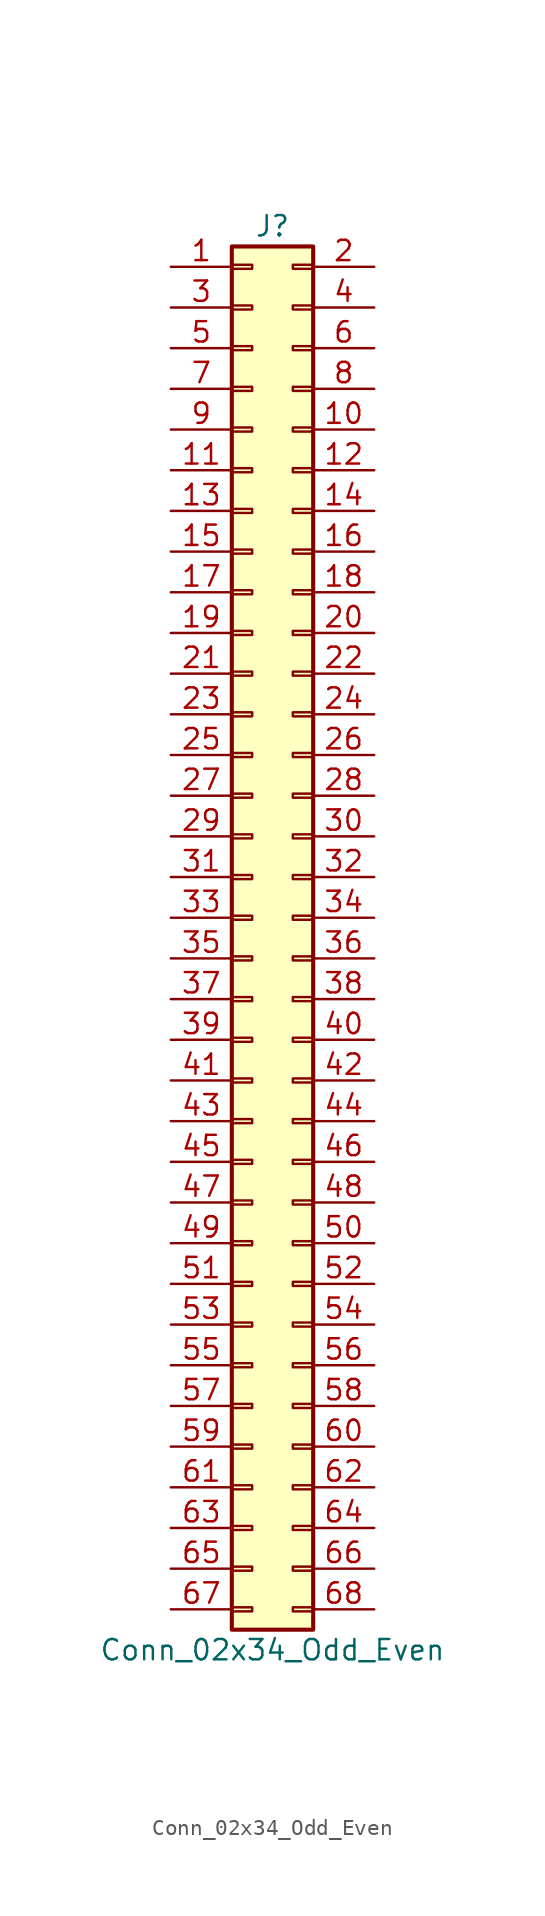
<source format=kicad_sym>
(kicad_symbol_lib
  (version 20211014)
  (generator kicad_symbol_editor)
  (symbol "Conn_02x34_Odd_Even"
    (pin_names
      (offset 1.016) hide)
    (property "Reference" "J"
      (at 1.27 43.18 0)
      (effects (font (size 1.27 1.27))))
    (property "Value" "Conn_02x34_Odd_Even"
      (at 1.27 -45.72 0)
      (effects (font (size 1.27 1.27))))
    (symbol "Conn_02x34_Odd_Even_1_1"
      (rectangle (start -1.27 -43.053) (end 0 -43.307) (stroke (width 0.152) (type default) (color 0 0 0 0)) (fill (type none)))
      (rectangle (start -1.27 -40.513) (end 0 -40.767) (stroke (width 0.152) (type default) (color 0 0 0 0)) (fill (type none)))
      (rectangle (start -1.27 -37.973) (end 0 -38.227) (stroke (width 0.152) (type default) (color 0 0 0 0)) (fill (type none)))
      (rectangle (start -1.27 -35.433) (end 0 -35.687) (stroke (width 0.152) (type default) (color 0 0 0 0)) (fill (type none)))
      (rectangle (start -1.27 -32.893) (end 0 -33.147) (stroke (width 0.152) (type default) (color 0 0 0 0)) (fill (type none)))
      (rectangle (start -1.27 -30.353) (end 0 -30.607) (stroke (width 0.152) (type default) (color 0 0 0 0)) (fill (type none)))
      (rectangle (start -1.27 -27.813) (end 0 -28.067) (stroke (width 0.152) (type default) (color 0 0 0 0)) (fill (type none)))
      (rectangle (start -1.27 -25.273) (end 0 -25.527) (stroke (width 0.152) (type default) (color 0 0 0 0)) (fill (type none)))
      (rectangle (start -1.27 -22.733) (end 0 -22.987) (stroke (width 0.152) (type default) (color 0 0 0 0)) (fill (type none)))
      (rectangle (start -1.27 -20.193) (end 0 -20.447) (stroke (width 0.152) (type default) (color 0 0 0 0)) (fill (type none)))
      (rectangle (start -1.27 -17.653) (end 0 -17.907) (stroke (width 0.152) (type default) (color 0 0 0 0)) (fill (type none)))
      (rectangle (start -1.27 -15.113) (end 0 -15.367) (stroke (width 0.152) (type default) (color 0 0 0 0)) (fill (type none)))
      (rectangle (start -1.27 -12.573) (end 0 -12.827) (stroke (width 0.152) (type default) (color 0 0 0 0)) (fill (type none)))
      (rectangle (start -1.27 -10.033) (end 0 -10.287) (stroke (width 0.152) (type default) (color 0 0 0 0)) (fill (type none)))
      (rectangle (start -1.27 -7.493) (end 0 -7.747) (stroke (width 0.152) (type default) (color 0 0 0 0)) (fill (type none)))
      (rectangle (start -1.27 -4.953) (end 0 -5.207) (stroke (width 0.152) (type default) (color 0 0 0 0)) (fill (type none)))
      (rectangle (start -1.27 -2.413) (end 0 -2.667) (stroke (width 0.152) (type default) (color 0 0 0 0)) (fill (type none)))
      (rectangle (start -1.27 0.127) (end 0 -0.127) (stroke (width 0.152) (type default) (color 0 0 0 0)) (fill (type none)))
      (rectangle (start -1.27 2.667) (end 0 2.413) (stroke (width 0.152) (type default) (color 0 0 0 0)) (fill (type none)))
      (rectangle (start -1.27 5.207) (end 0 4.953) (stroke (width 0.152) (type default) (color 0 0 0 0)) (fill (type none)))
      (rectangle (start -1.27 7.747) (end 0 7.493) (stroke (width 0.152) (type default) (color 0 0 0 0)) (fill (type none)))
      (rectangle (start -1.27 10.287) (end 0 10.033) (stroke (width 0.152) (type default) (color 0 0 0 0)) (fill (type none)))
      (rectangle (start -1.27 12.827) (end 0 12.573) (stroke (width 0.152) (type default) (color 0 0 0 0)) (fill (type none)))
      (rectangle (start -1.27 15.367) (end 0 15.113) (stroke (width 0.152) (type default) (color 0 0 0 0)) (fill (type none)))
      (rectangle (start -1.27 17.907) (end 0 17.653) (stroke (width 0.152) (type default) (color 0 0 0 0)) (fill (type none)))
      (rectangle (start -1.27 20.447) (end 0 20.193) (stroke (width 0.152) (type default) (color 0 0 0 0)) (fill (type none)))
      (rectangle (start -1.27 22.987) (end 0 22.733) (stroke (width 0.152) (type default) (color 0 0 0 0)) (fill (type none)))
      (rectangle (start -1.27 25.527) (end 0 25.273) (stroke (width 0.152) (type default) (color 0 0 0 0)) (fill (type none)))
      (rectangle (start -1.27 28.067) (end 0 27.813) (stroke (width 0.152) (type default) (color 0 0 0 0)) (fill (type none)))
      (rectangle (start -1.27 30.607) (end 0 30.353) (stroke (width 0.152) (type default) (color 0 0 0 0)) (fill (type none)))
      (rectangle (start -1.27 33.147) (end 0 32.893) (stroke (width 0.152) (type default) (color 0 0 0 0)) (fill (type none)))
      (rectangle (start -1.27 35.687) (end 0 35.433) (stroke (width 0.152) (type default) (color 0 0 0 0)) (fill (type none)))
      (rectangle (start -1.27 38.227) (end 0 37.973) (stroke (width 0.152) (type default) (color 0 0 0 0)) (fill (type none)))
      (rectangle (start -1.27 40.767) (end 0 40.513) (stroke (width 0.152) (type default) (color 0 0 0 0)) (fill (type none)))
      (rectangle (start -1.27 41.91) (end 3.81 -44.45) (stroke (width 0.254) (type default) (color 0 0 0 0)) (fill (type background)))
      (rectangle (start 3.81 -43.053) (end 2.54 -43.307) (stroke (width 0.152) (type default) (color 0 0 0 0)) (fill (type none)))
      (rectangle (start 3.81 -40.513) (end 2.54 -40.767) (stroke (width 0.152) (type default) (color 0 0 0 0)) (fill (type none)))
      (rectangle (start 3.81 -37.973) (end 2.54 -38.227) (stroke (width 0.152) (type default) (color 0 0 0 0)) (fill (type none)))
      (rectangle (start 3.81 -35.433) (end 2.54 -35.687) (stroke (width 0.152) (type default) (color 0 0 0 0)) (fill (type none)))
      (rectangle (start 3.81 -32.893) (end 2.54 -33.147) (stroke (width 0.152) (type default) (color 0 0 0 0)) (fill (type none)))
      (rectangle (start 3.81 -30.353) (end 2.54 -30.607) (stroke (width 0.152) (type default) (color 0 0 0 0)) (fill (type none)))
      (rectangle (start 3.81 -27.813) (end 2.54 -28.067) (stroke (width 0.152) (type default) (color 0 0 0 0)) (fill (type none)))
      (rectangle (start 3.81 -25.273) (end 2.54 -25.527) (stroke (width 0.152) (type default) (color 0 0 0 0)) (fill (type none)))
      (rectangle (start 3.81 -22.733) (end 2.54 -22.987) (stroke (width 0.152) (type default) (color 0 0 0 0)) (fill (type none)))
      (rectangle (start 3.81 -20.193) (end 2.54 -20.447) (stroke (width 0.152) (type default) (color 0 0 0 0)) (fill (type none)))
      (rectangle (start 3.81 -17.653) (end 2.54 -17.907) (stroke (width 0.152) (type default) (color 0 0 0 0)) (fill (type none)))
      (rectangle (start 3.81 -15.113) (end 2.54 -15.367) (stroke (width 0.152) (type default) (color 0 0 0 0)) (fill (type none)))
      (rectangle (start 3.81 -12.573) (end 2.54 -12.827) (stroke (width 0.152) (type default) (color 0 0 0 0)) (fill (type none)))
      (rectangle (start 3.81 -10.033) (end 2.54 -10.287) (stroke (width 0.152) (type default) (color 0 0 0 0)) (fill (type none)))
      (rectangle (start 3.81 -7.493) (end 2.54 -7.747) (stroke (width 0.152) (type default) (color 0 0 0 0)) (fill (type none)))
      (rectangle (start 3.81 -4.953) (end 2.54 -5.207) (stroke (width 0.152) (type default) (color 0 0 0 0)) (fill (type none)))
      (rectangle (start 3.81 -2.413) (end 2.54 -2.667) (stroke (width 0.152) (type default) (color 0 0 0 0)) (fill (type none)))
      (rectangle (start 3.81 0.127) (end 2.54 -0.127) (stroke (width 0.152) (type default) (color 0 0 0 0)) (fill (type none)))
      (rectangle (start 3.81 2.667) (end 2.54 2.413) (stroke (width 0.152) (type default) (color 0 0 0 0)) (fill (type none)))
      (rectangle (start 3.81 5.207) (end 2.54 4.953) (stroke (width 0.152) (type default) (color 0 0 0 0)) (fill (type none)))
      (rectangle (start 3.81 7.747) (end 2.54 7.493) (stroke (width 0.152) (type default) (color 0 0 0 0)) (fill (type none)))
      (rectangle (start 3.81 10.287) (end 2.54 10.033) (stroke (width 0.152) (type default) (color 0 0 0 0)) (fill (type none)))
      (rectangle (start 3.81 12.827) (end 2.54 12.573) (stroke (width 0.152) (type default) (color 0 0 0 0)) (fill (type none)))
      (rectangle (start 3.81 15.367) (end 2.54 15.113) (stroke (width 0.152) (type default) (color 0 0 0 0)) (fill (type none)))
      (rectangle (start 3.81 17.907) (end 2.54 17.653) (stroke (width 0.152) (type default) (color 0 0 0 0)) (fill (type none)))
      (rectangle (start 3.81 20.447) (end 2.54 20.193) (stroke (width 0.152) (type default) (color 0 0 0 0)) (fill (type none)))
      (rectangle (start 3.81 22.987) (end 2.54 22.733) (stroke (width 0.152) (type default) (color 0 0 0 0)) (fill (type none)))
      (rectangle (start 3.81 25.527) (end 2.54 25.273) (stroke (width 0.152) (type default) (color 0 0 0 0)) (fill (type none)))
      (rectangle (start 3.81 28.067) (end 2.54 27.813) (stroke (width 0.152) (type default) (color 0 0 0 0)) (fill (type none)))
      (rectangle (start 3.81 30.607) (end 2.54 30.353) (stroke (width 0.152) (type default) (color 0 0 0 0)) (fill (type none)))
      (rectangle (start 3.81 33.147) (end 2.54 32.893) (stroke (width 0.152) (type default) (color 0 0 0 0)) (fill (type none)))
      (rectangle (start 3.81 35.687) (end 2.54 35.433) (stroke (width 0.152) (type default) (color 0 0 0 0)) (fill (type none)))
      (rectangle (start 3.81 38.227) (end 2.54 37.973) (stroke (width 0.152) (type default) (color 0 0 0 0)) (fill (type none)))
      (rectangle (start 3.81 40.767) (end 2.54 40.513) (stroke (width 0.152) (type default) (color 0 0 0 0)) (fill (type none)))
      (pin passive line (at -5.08 40.64 0) (length 3.81) (name "Pin_1" (effects (font (size 1.27 1.27)))) (number "1" (effects (font (size 1.27 1.27)))))
      (pin passive line (at 7.62 30.48 180) (length 3.81) (name "Pin_10" (effects (font (size 1.27 1.27)))) (number "10" (effects (font (size 1.27 1.27)))))
      (pin passive line (at -5.08 27.94 0) (length 3.81) (name "Pin_11" (effects (font (size 1.27 1.27)))) (number "11" (effects (font (size 1.27 1.27)))))
      (pin passive line (at 7.62 27.94 180) (length 3.81) (name "Pin_12" (effects (font (size 1.27 1.27)))) (number "12" (effects (font (size 1.27 1.27)))))
      (pin passive line (at -5.08 25.4 0) (length 3.81) (name "Pin_13" (effects (font (size 1.27 1.27)))) (number "13" (effects (font (size 1.27 1.27)))))
      (pin passive line (at 7.62 25.4 180) (length 3.81) (name "Pin_14" (effects (font (size 1.27 1.27)))) (number "14" (effects (font (size 1.27 1.27)))))
      (pin passive line (at -5.08 22.86 0) (length 3.81) (name "Pin_15" (effects (font (size 1.27 1.27)))) (number "15" (effects (font (size 1.27 1.27)))))
      (pin passive line (at 7.62 22.86 180) (length 3.81) (name "Pin_16" (effects (font (size 1.27 1.27)))) (number "16" (effects (font (size 1.27 1.27)))))
      (pin passive line (at -5.08 20.32 0) (length 3.81) (name "Pin_17" (effects (font (size 1.27 1.27)))) (number "17" (effects (font (size 1.27 1.27)))))
      (pin passive line (at 7.62 20.32 180) (length 3.81) (name "Pin_18" (effects (font (size 1.27 1.27)))) (number "18" (effects (font (size 1.27 1.27)))))
      (pin passive line (at -5.08 17.78 0) (length 3.81) (name "Pin_19" (effects (font (size 1.27 1.27)))) (number "19" (effects (font (size 1.27 1.27)))))
      (pin passive line (at 7.62 40.64 180) (length 3.81) (name "Pin_2" (effects (font (size 1.27 1.27)))) (number "2" (effects (font (size 1.27 1.27)))))
      (pin passive line (at 7.62 17.78 180) (length 3.81) (name "Pin_20" (effects (font (size 1.27 1.27)))) (number "20" (effects (font (size 1.27 1.27)))))
      (pin passive line (at -5.08 15.24 0) (length 3.81) (name "Pin_21" (effects (font (size 1.27 1.27)))) (number "21" (effects (font (size 1.27 1.27)))))
      (pin passive line (at 7.62 15.24 180) (length 3.81) (name "Pin_22" (effects (font (size 1.27 1.27)))) (number "22" (effects (font (size 1.27 1.27)))))
      (pin passive line (at -5.08 12.7 0) (length 3.81) (name "Pin_23" (effects (font (size 1.27 1.27)))) (number "23" (effects (font (size 1.27 1.27)))))
      (pin passive line (at 7.62 12.7 180) (length 3.81) (name "Pin_24" (effects (font (size 1.27 1.27)))) (number "24" (effects (font (size 1.27 1.27)))))
      (pin passive line (at -5.08 10.16 0) (length 3.81) (name "Pin_25" (effects (font (size 1.27 1.27)))) (number "25" (effects (font (size 1.27 1.27)))))
      (pin passive line (at 7.62 10.16 180) (length 3.81) (name "Pin_26" (effects (font (size 1.27 1.27)))) (number "26" (effects (font (size 1.27 1.27)))))
      (pin passive line (at -5.08 7.62 0) (length 3.81) (name "Pin_27" (effects (font (size 1.27 1.27)))) (number "27" (effects (font (size 1.27 1.27)))))
      (pin passive line (at 7.62 7.62 180) (length 3.81) (name "Pin_28" (effects (font (size 1.27 1.27)))) (number "28" (effects (font (size 1.27 1.27)))))
      (pin passive line (at -5.08 5.08 0) (length 3.81) (name "Pin_29" (effects (font (size 1.27 1.27)))) (number "29" (effects (font (size 1.27 1.27)))))
      (pin passive line (at -5.08 38.1 0) (length 3.81) (name "Pin_3" (effects (font (size 1.27 1.27)))) (number "3" (effects (font (size 1.27 1.27)))))
      (pin passive line (at 7.62 5.08 180) (length 3.81) (name "Pin_30" (effects (font (size 1.27 1.27)))) (number "30" (effects (font (size 1.27 1.27)))))
      (pin passive line (at -5.08 2.54 0) (length 3.81) (name "Pin_31" (effects (font (size 1.27 1.27)))) (number "31" (effects (font (size 1.27 1.27)))))
      (pin passive line (at 7.62 2.54 180) (length 3.81) (name "Pin_32" (effects (font (size 1.27 1.27)))) (number "32" (effects (font (size 1.27 1.27)))))
      (pin passive line (at -5.08 0 0) (length 3.81) (name "Pin_33" (effects (font (size 1.27 1.27)))) (number "33" (effects (font (size 1.27 1.27)))))
      (pin passive line (at 7.62 0 180) (length 3.81) (name "Pin_34" (effects (font (size 1.27 1.27)))) (number "34" (effects (font (size 1.27 1.27)))))
      (pin passive line (at -5.08 -2.54 0) (length 3.81) (name "Pin_35" (effects (font (size 1.27 1.27)))) (number "35" (effects (font (size 1.27 1.27)))))
      (pin passive line (at 7.62 -2.54 180) (length 3.81) (name "Pin_36" (effects (font (size 1.27 1.27)))) (number "36" (effects (font (size 1.27 1.27)))))
      (pin passive line (at -5.08 -5.08 0) (length 3.81) (name "Pin_37" (effects (font (size 1.27 1.27)))) (number "37" (effects (font (size 1.27 1.27)))))
      (pin passive line (at 7.62 -5.08 180) (length 3.81) (name "Pin_38" (effects (font (size 1.27 1.27)))) (number "38" (effects (font (size 1.27 1.27)))))
      (pin passive line (at -5.08 -7.62 0) (length 3.81) (name "Pin_39" (effects (font (size 1.27 1.27)))) (number "39" (effects (font (size 1.27 1.27)))))
      (pin passive line (at 7.62 38.1 180) (length 3.81) (name "Pin_4" (effects (font (size 1.27 1.27)))) (number "4" (effects (font (size 1.27 1.27)))))
      (pin passive line (at 7.62 -7.62 180) (length 3.81) (name "Pin_40" (effects (font (size 1.27 1.27)))) (number "40" (effects (font (size 1.27 1.27)))))
      (pin passive line (at -5.08 -10.16 0) (length 3.81) (name "Pin_41" (effects (font (size 1.27 1.27)))) (number "41" (effects (font (size 1.27 1.27)))))
      (pin passive line (at 7.62 -10.16 180) (length 3.81) (name "Pin_42" (effects (font (size 1.27 1.27)))) (number "42" (effects (font (size 1.27 1.27)))))
      (pin passive line (at -5.08 -12.7 0) (length 3.81) (name "Pin_43" (effects (font (size 1.27 1.27)))) (number "43" (effects (font (size 1.27 1.27)))))
      (pin passive line (at 7.62 -12.7 180) (length 3.81) (name "Pin_44" (effects (font (size 1.27 1.27)))) (number "44" (effects (font (size 1.27 1.27)))))
      (pin passive line (at -5.08 -15.24 0) (length 3.81) (name "Pin_45" (effects (font (size 1.27 1.27)))) (number "45" (effects (font (size 1.27 1.27)))))
      (pin passive line (at 7.62 -15.24 180) (length 3.81) (name "Pin_46" (effects (font (size 1.27 1.27)))) (number "46" (effects (font (size 1.27 1.27)))))
      (pin passive line (at -5.08 -17.78 0) (length 3.81) (name "Pin_47" (effects (font (size 1.27 1.27)))) (number "47" (effects (font (size 1.27 1.27)))))
      (pin passive line (at 7.62 -17.78 180) (length 3.81) (name "Pin_48" (effects (font (size 1.27 1.27)))) (number "48" (effects (font (size 1.27 1.27)))))
      (pin passive line (at -5.08 -20.32 0) (length 3.81) (name "Pin_49" (effects (font (size 1.27 1.27)))) (number "49" (effects (font (size 1.27 1.27)))))
      (pin passive line (at -5.08 35.56 0) (length 3.81) (name "Pin_5" (effects (font (size 1.27 1.27)))) (number "5" (effects (font (size 1.27 1.27)))))
      (pin passive line (at 7.62 -20.32 180) (length 3.81) (name "Pin_50" (effects (font (size 1.27 1.27)))) (number "50" (effects (font (size 1.27 1.27)))))
      (pin passive line (at -5.08 -22.86 0) (length 3.81) (name "Pin_51" (effects (font (size 1.27 1.27)))) (number "51" (effects (font (size 1.27 1.27)))))
      (pin passive line (at 7.62 -22.86 180) (length 3.81) (name "Pin_52" (effects (font (size 1.27 1.27)))) (number "52" (effects (font (size 1.27 1.27)))))
      (pin passive line (at -5.08 -25.4 0) (length 3.81) (name "Pin_53" (effects (font (size 1.27 1.27)))) (number "53" (effects (font (size 1.27 1.27)))))
      (pin passive line (at 7.62 -25.4 180) (length 3.81) (name "Pin_54" (effects (font (size 1.27 1.27)))) (number "54" (effects (font (size 1.27 1.27)))))
      (pin passive line (at -5.08 -27.94 0) (length 3.81) (name "Pin_55" (effects (font (size 1.27 1.27)))) (number "55" (effects (font (size 1.27 1.27)))))
      (pin passive line (at 7.62 -27.94 180) (length 3.81) (name "Pin_56" (effects (font (size 1.27 1.27)))) (number "56" (effects (font (size 1.27 1.27)))))
      (pin passive line (at -5.08 -30.48 0) (length 3.81) (name "Pin_57" (effects (font (size 1.27 1.27)))) (number "57" (effects (font (size 1.27 1.27)))))
      (pin passive line (at 7.62 -30.48 180) (length 3.81) (name "Pin_58" (effects (font (size 1.27 1.27)))) (number "58" (effects (font (size 1.27 1.27)))))
      (pin passive line (at -5.08 -33.02 0) (length 3.81) (name "Pin_59" (effects (font (size 1.27 1.27)))) (number "59" (effects (font (size 1.27 1.27)))))
      (pin passive line (at 7.62 35.56 180) (length 3.81) (name "Pin_6" (effects (font (size 1.27 1.27)))) (number "6" (effects (font (size 1.27 1.27)))))
      (pin passive line (at 7.62 -33.02 180) (length 3.81) (name "Pin_60" (effects (font (size 1.27 1.27)))) (number "60" (effects (font (size 1.27 1.27)))))
      (pin passive line (at -5.08 -35.56 0) (length 3.81) (name "Pin_61" (effects (font (size 1.27 1.27)))) (number "61" (effects (font (size 1.27 1.27)))))
      (pin passive line (at 7.62 -35.56 180) (length 3.81) (name "Pin_62" (effects (font (size 1.27 1.27)))) (number "62" (effects (font (size 1.27 1.27)))))
      (pin passive line (at -5.08 -38.1 0) (length 3.81) (name "Pin_63" (effects (font (size 1.27 1.27)))) (number "63" (effects (font (size 1.27 1.27)))))
      (pin passive line (at 7.62 -38.1 180) (length 3.81) (name "Pin_64" (effects (font (size 1.27 1.27)))) (number "64" (effects (font (size 1.27 1.27)))))
      (pin passive line (at -5.08 -40.64 0) (length 3.81) (name "Pin_65" (effects (font (size 1.27 1.27)))) (number "65" (effects (font (size 1.27 1.27)))))
      (pin passive line (at 7.62 -40.64 180) (length 3.81) (name "Pin_66" (effects (font (size 1.27 1.27)))) (number "66" (effects (font (size 1.27 1.27)))))
      (pin passive line (at -5.08 -43.18 0) (length 3.81) (name "Pin_67" (effects (font (size 1.27 1.27)))) (number "67" (effects (font (size 1.27 1.27)))))
      (pin passive line (at 7.62 -43.18 180) (length 3.81) (name "Pin_68" (effects (font (size 1.27 1.27)))) (number "68" (effects (font (size 1.27 1.27)))))
      (pin passive line (at -5.08 33.02 0) (length 3.81) (name "Pin_7" (effects (font (size 1.27 1.27)))) (number "7" (effects (font (size 1.27 1.27)))))
      (pin passive line (at 7.62 33.02 180) (length 3.81) (name "Pin_8" (effects (font (size 1.27 1.27)))) (number "8" (effects (font (size 1.27 1.27)))))
      (pin passive line (at -5.08 30.48 0) (length 3.81) (name "Pin_9" (effects (font (size 1.27 1.27)))) (number "9" (effects (font (size 1.27 1.27))))))))
</source>
